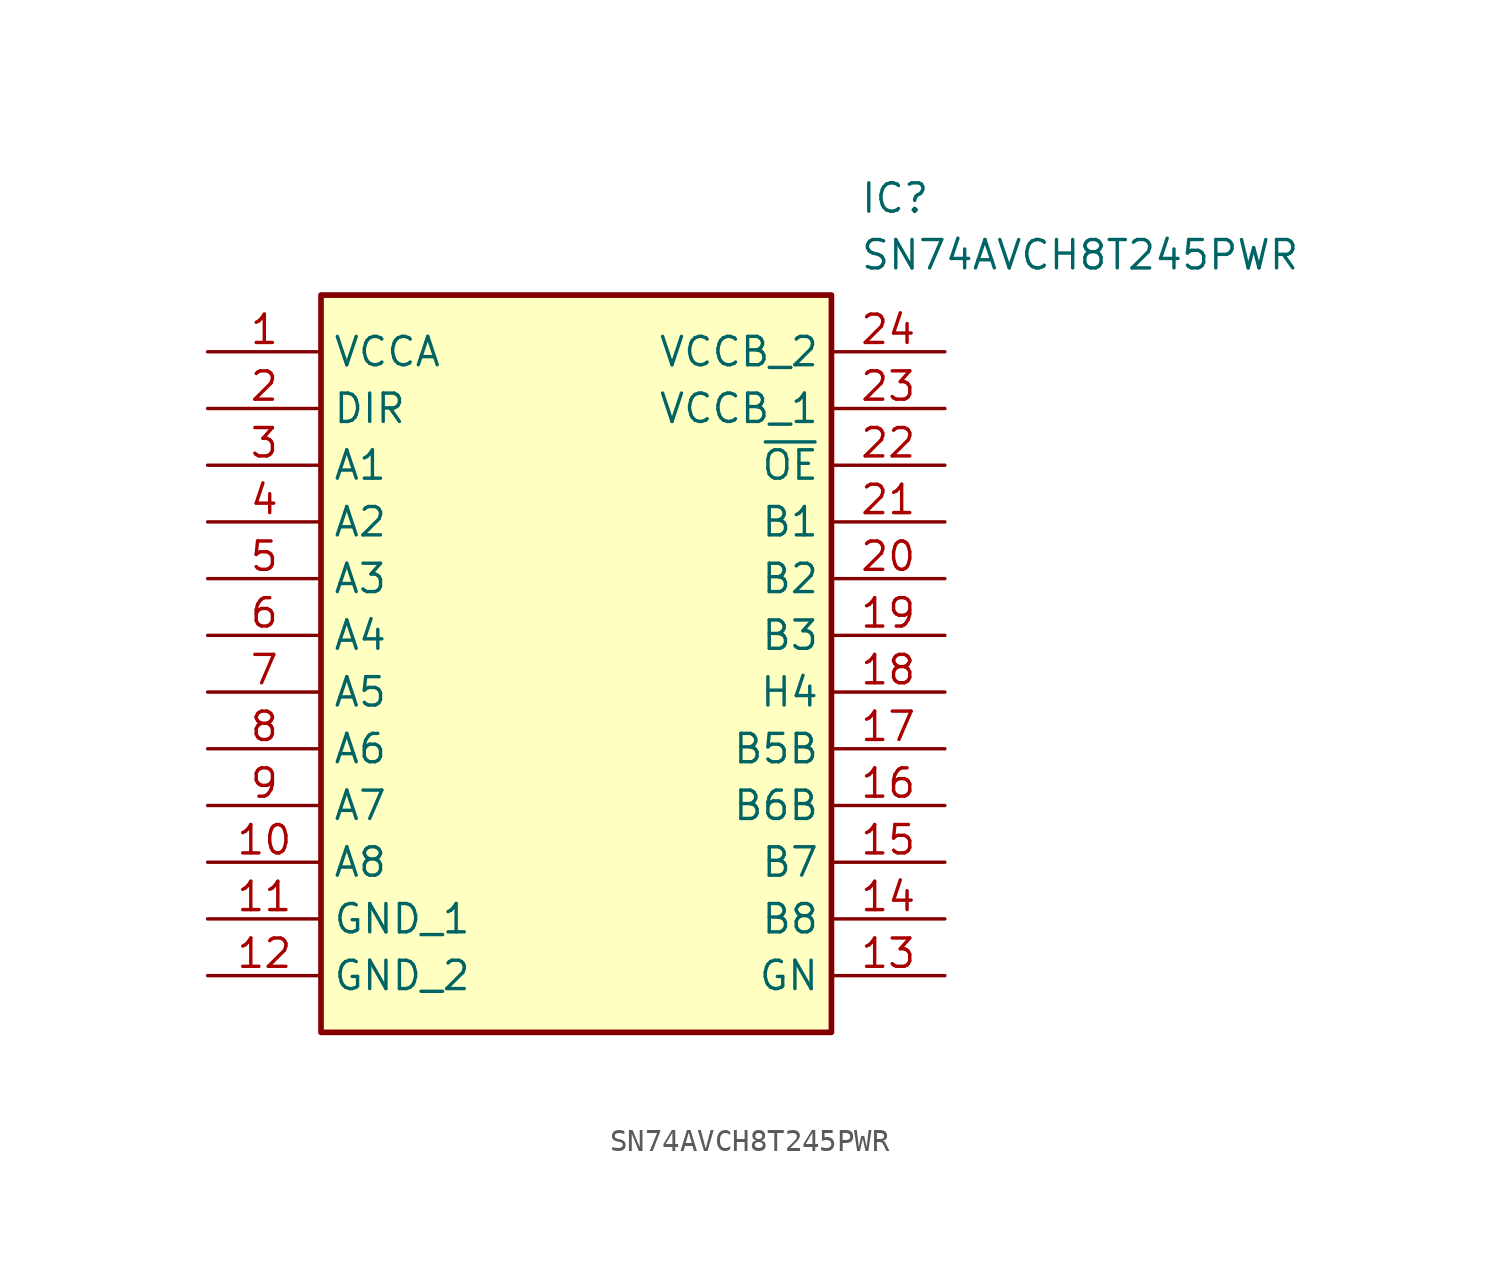
<source format=kicad_sym>
(kicad_symbol_lib
  (version 20211014)
  (generator SamacSys_ECAD_Model)
  (symbol "SN74AVCH8T245PWR"
    (property "Reference" "IC"
      (at 29.21 7.62 0)
      (effects (font (size 1.27 1.27)) (justify left top)))
    (property "Value" "SN74AVCH8T245PWR"
      (at 29.21 5.08 0)
      (effects (font (size 1.27 1.27)) (justify left top)))
    (rectangle
      (start 5.08 2.54)
      (end 27.94 -30.48)
      (stroke (width 0.254) (type default))
      (fill (type background)))
    (pin passive line
      (at 0 0 0)
      (length 5.08)
      (name "VCCA" (effects (font (size 1.27 1.27))))
      (number "1" (effects (font (size 1.27 1.27)))))
    (pin passive line
      (at 0 -2.54 0)
      (length 5.08)
      (name "DIR" (effects (font (size 1.27 1.27))))
      (number "2" (effects (font (size 1.27 1.27)))))
    (pin passive line
      (at 0 -5.08 0)
      (length 5.08)
      (name "A1" (effects (font (size 1.27 1.27))))
      (number "3" (effects (font (size 1.27 1.27)))))
    (pin passive line
      (at 0 -7.62 0)
      (length 5.08)
      (name "A2" (effects (font (size 1.27 1.27))))
      (number "4" (effects (font (size 1.27 1.27)))))
    (pin passive line
      (at 0 -10.16 0)
      (length 5.08)
      (name "A3" (effects (font (size 1.27 1.27))))
      (number "5" (effects (font (size 1.27 1.27)))))
    (pin passive line
      (at 0 -12.7 0)
      (length 5.08)
      (name "A4" (effects (font (size 1.27 1.27))))
      (number "6" (effects (font (size 1.27 1.27)))))
    (pin passive line
      (at 0 -15.24 0)
      (length 5.08)
      (name "A5" (effects (font (size 1.27 1.27))))
      (number "7" (effects (font (size 1.27 1.27)))))
    (pin passive line
      (at 0 -17.78 0)
      (length 5.08)
      (name "A6" (effects (font (size 1.27 1.27))))
      (number "8" (effects (font (size 1.27 1.27)))))
    (pin passive line
      (at 0 -20.32 0)
      (length 5.08)
      (name "A7" (effects (font (size 1.27 1.27))))
      (number "9" (effects (font (size 1.27 1.27)))))
    (pin passive line
      (at 0 -22.86 0)
      (length 5.08)
      (name "A8" (effects (font (size 1.27 1.27))))
      (number "10" (effects (font (size 1.27 1.27)))))
    (pin passive line
      (at 0 -25.4 0)
      (length 5.08)
      (name "GND_1" (effects (font (size 1.27 1.27))))
      (number "11" (effects (font (size 1.27 1.27)))))
    (pin passive line
      (at 0 -27.94 0)
      (length 5.08)
      (name "GND_2" (effects (font (size 1.27 1.27))))
      (number "12" (effects (font (size 1.27 1.27)))))
    (pin passive line
      (at 33.02 0 180)
      (length 5.08)
      (name "VCCB_2" (effects (font (size 1.27 1.27))))
      (number "24" (effects (font (size 1.27 1.27)))))
    (pin passive line
      (at 33.02 -2.54 180)
      (length 5.08)
      (name "VCCB_1" (effects (font (size 1.27 1.27))))
      (number "23" (effects (font (size 1.27 1.27)))))
    (pin passive line
      (at 33.02 -5.08 180)
      (length 5.08)
      (name "~{OE}" (effects (font (size 1.27 1.27))))
      (number "22" (effects (font (size 1.27 1.27)))))
    (pin passive line
      (at 33.02 -7.62 180)
      (length 5.08)
      (name "B1" (effects (font (size 1.27 1.27))))
      (number "21" (effects (font (size 1.27 1.27)))))
    (pin passive line
      (at 33.02 -10.16 180)
      (length 5.08)
      (name "B2" (effects (font (size 1.27 1.27))))
      (number "20" (effects (font (size 1.27 1.27)))))
    (pin passive line
      (at 33.02 -12.7 180)
      (length 5.08)
      (name "B3" (effects (font (size 1.27 1.27))))
      (number "19" (effects (font (size 1.27 1.27)))))
    (pin passive line
      (at 33.02 -15.24 180)
      (length 5.08)
      (name "H4" (effects (font (size 1.27 1.27))))
      (number "18" (effects (font (size 1.27 1.27)))))
    (pin passive line
      (at 33.02 -17.78 180)
      (length 5.08)
      (name "B5B" (effects (font (size 1.27 1.27))))
      (number "17" (effects (font (size 1.27 1.27)))))
    (pin passive line
      (at 33.02 -20.32 180)
      (length 5.08)
      (name "B6B" (effects (font (size 1.27 1.27))))
      (number "16" (effects (font (size 1.27 1.27)))))
    (pin passive line
      (at 33.02 -22.86 180)
      (length 5.08)
      (name "B7" (effects (font (size 1.27 1.27))))
      (number "15" (effects (font (size 1.27 1.27)))))
    (pin passive line
      (at 33.02 -25.4 180)
      (length 5.08)
      (name "B8" (effects (font (size 1.27 1.27))))
      (number "14" (effects (font (size 1.27 1.27)))))
    (pin passive line
      (at 33.02 -27.94 180)
      (length 5.08)
      (name "GN" (effects (font (size 1.27 1.27))))
      (number "13" (effects (font (size 1.27 1.27)))))))
</source>
